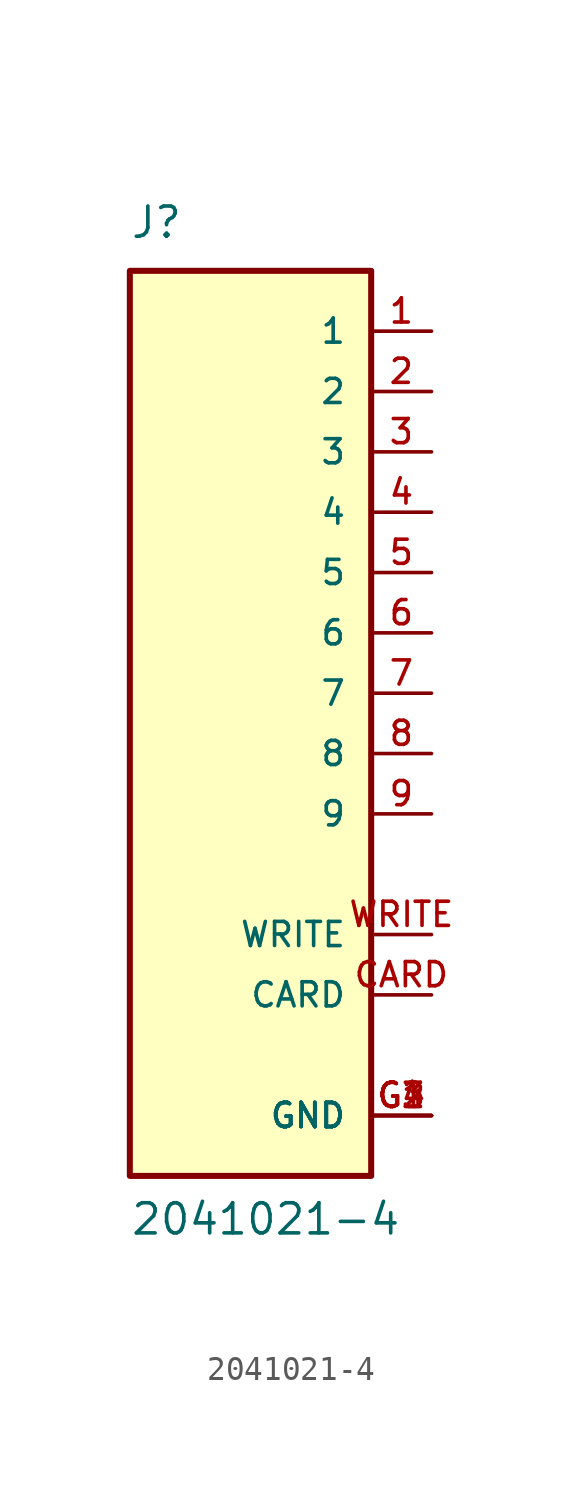
<source format=kicad_sym>
(kicad_symbol_lib
  (version 20211014)
  (generator kicad_symbol_editor)
  (symbol "2041021-4"
    (pin_names
      (offset 1.016))
    (property "Reference" "J"
      (at -5.087 19.075 0)
      (effects (font (size 1.27 1.27)) (justify bottom left)))
    (property "Value" "2041021-4"
      (at -5.085 -22.883 0)
      (effects (font (size 1.27 1.27)) (justify bottom left)))
    (symbol "2041021-4_0_0"
      (rectangle (start -5.08 -20.32) (end 5.08 17.78) (stroke (width 0.254)) (fill (type background)))
      (pin passive line (at 7.62 15.24 180.0) (length 2.54) (name "1" (effects (font (size 1.016 1.016)))) (number "1" (effects (font (size 1.016 1.016)))))
      (pin passive line (at 7.62 12.7 180.0) (length 2.54) (name "2" (effects (font (size 1.016 1.016)))) (number "2" (effects (font (size 1.016 1.016)))))
      (pin passive line (at 7.62 10.16 180.0) (length 2.54) (name "3" (effects (font (size 1.016 1.016)))) (number "3" (effects (font (size 1.016 1.016)))))
      (pin passive line (at 7.62 7.62 180.0) (length 2.54) (name "4" (effects (font (size 1.016 1.016)))) (number "4" (effects (font (size 1.016 1.016)))))
      (pin passive line (at 7.62 5.08 180.0) (length 2.54) (name "5" (effects (font (size 1.016 1.016)))) (number "5" (effects (font (size 1.016 1.016)))))
      (pin passive line (at 7.62 2.54 180.0) (length 2.54) (name "6" (effects (font (size 1.016 1.016)))) (number "6" (effects (font (size 1.016 1.016)))))
      (pin passive line (at 7.62 0.0 180.0) (length 2.54) (name "7" (effects (font (size 1.016 1.016)))) (number "7" (effects (font (size 1.016 1.016)))))
      (pin passive line (at 7.62 -2.54 180.0) (length 2.54) (name "8" (effects (font (size 1.016 1.016)))) (number "8" (effects (font (size 1.016 1.016)))))
      (pin passive line (at 7.62 -5.08 180.0) (length 2.54) (name "9" (effects (font (size 1.016 1.016)))) (number "9" (effects (font (size 1.016 1.016)))))
      (pin power_in line (at 7.62 -17.78 180.0) (length 2.54) (name "GND" (effects (font (size 1.016 1.016)))) (number "G1" (effects (font (size 1.016 1.016)))))
      (pin power_in line (at 7.62 -17.78 180.0) (length 2.54) (name "GND" (effects (font (size 1.016 1.016)))) (number "G2" (effects (font (size 1.016 1.016)))))
      (pin power_in line (at 7.62 -17.78 180.0) (length 2.54) (name "GND" (effects (font (size 1.016 1.016)))) (number "G3" (effects (font (size 1.016 1.016)))))
      (pin power_in line (at 7.62 -17.78 180.0) (length 2.54) (name "GND" (effects (font (size 1.016 1.016)))) (number "G4" (effects (font (size 1.016 1.016)))))
      (pin passive line (at 7.62 -10.16 180.0) (length 2.54) (name "WRITE" (effects (font (size 1.016 1.016)))) (number "WRITE" (effects (font (size 1.016 1.016)))))
      (pin passive line (at 7.62 -12.7 180.0) (length 2.54) (name "CARD" (effects (font (size 1.016 1.016)))) (number "CARD" (effects (font (size 1.016 1.016))))))))
</source>
